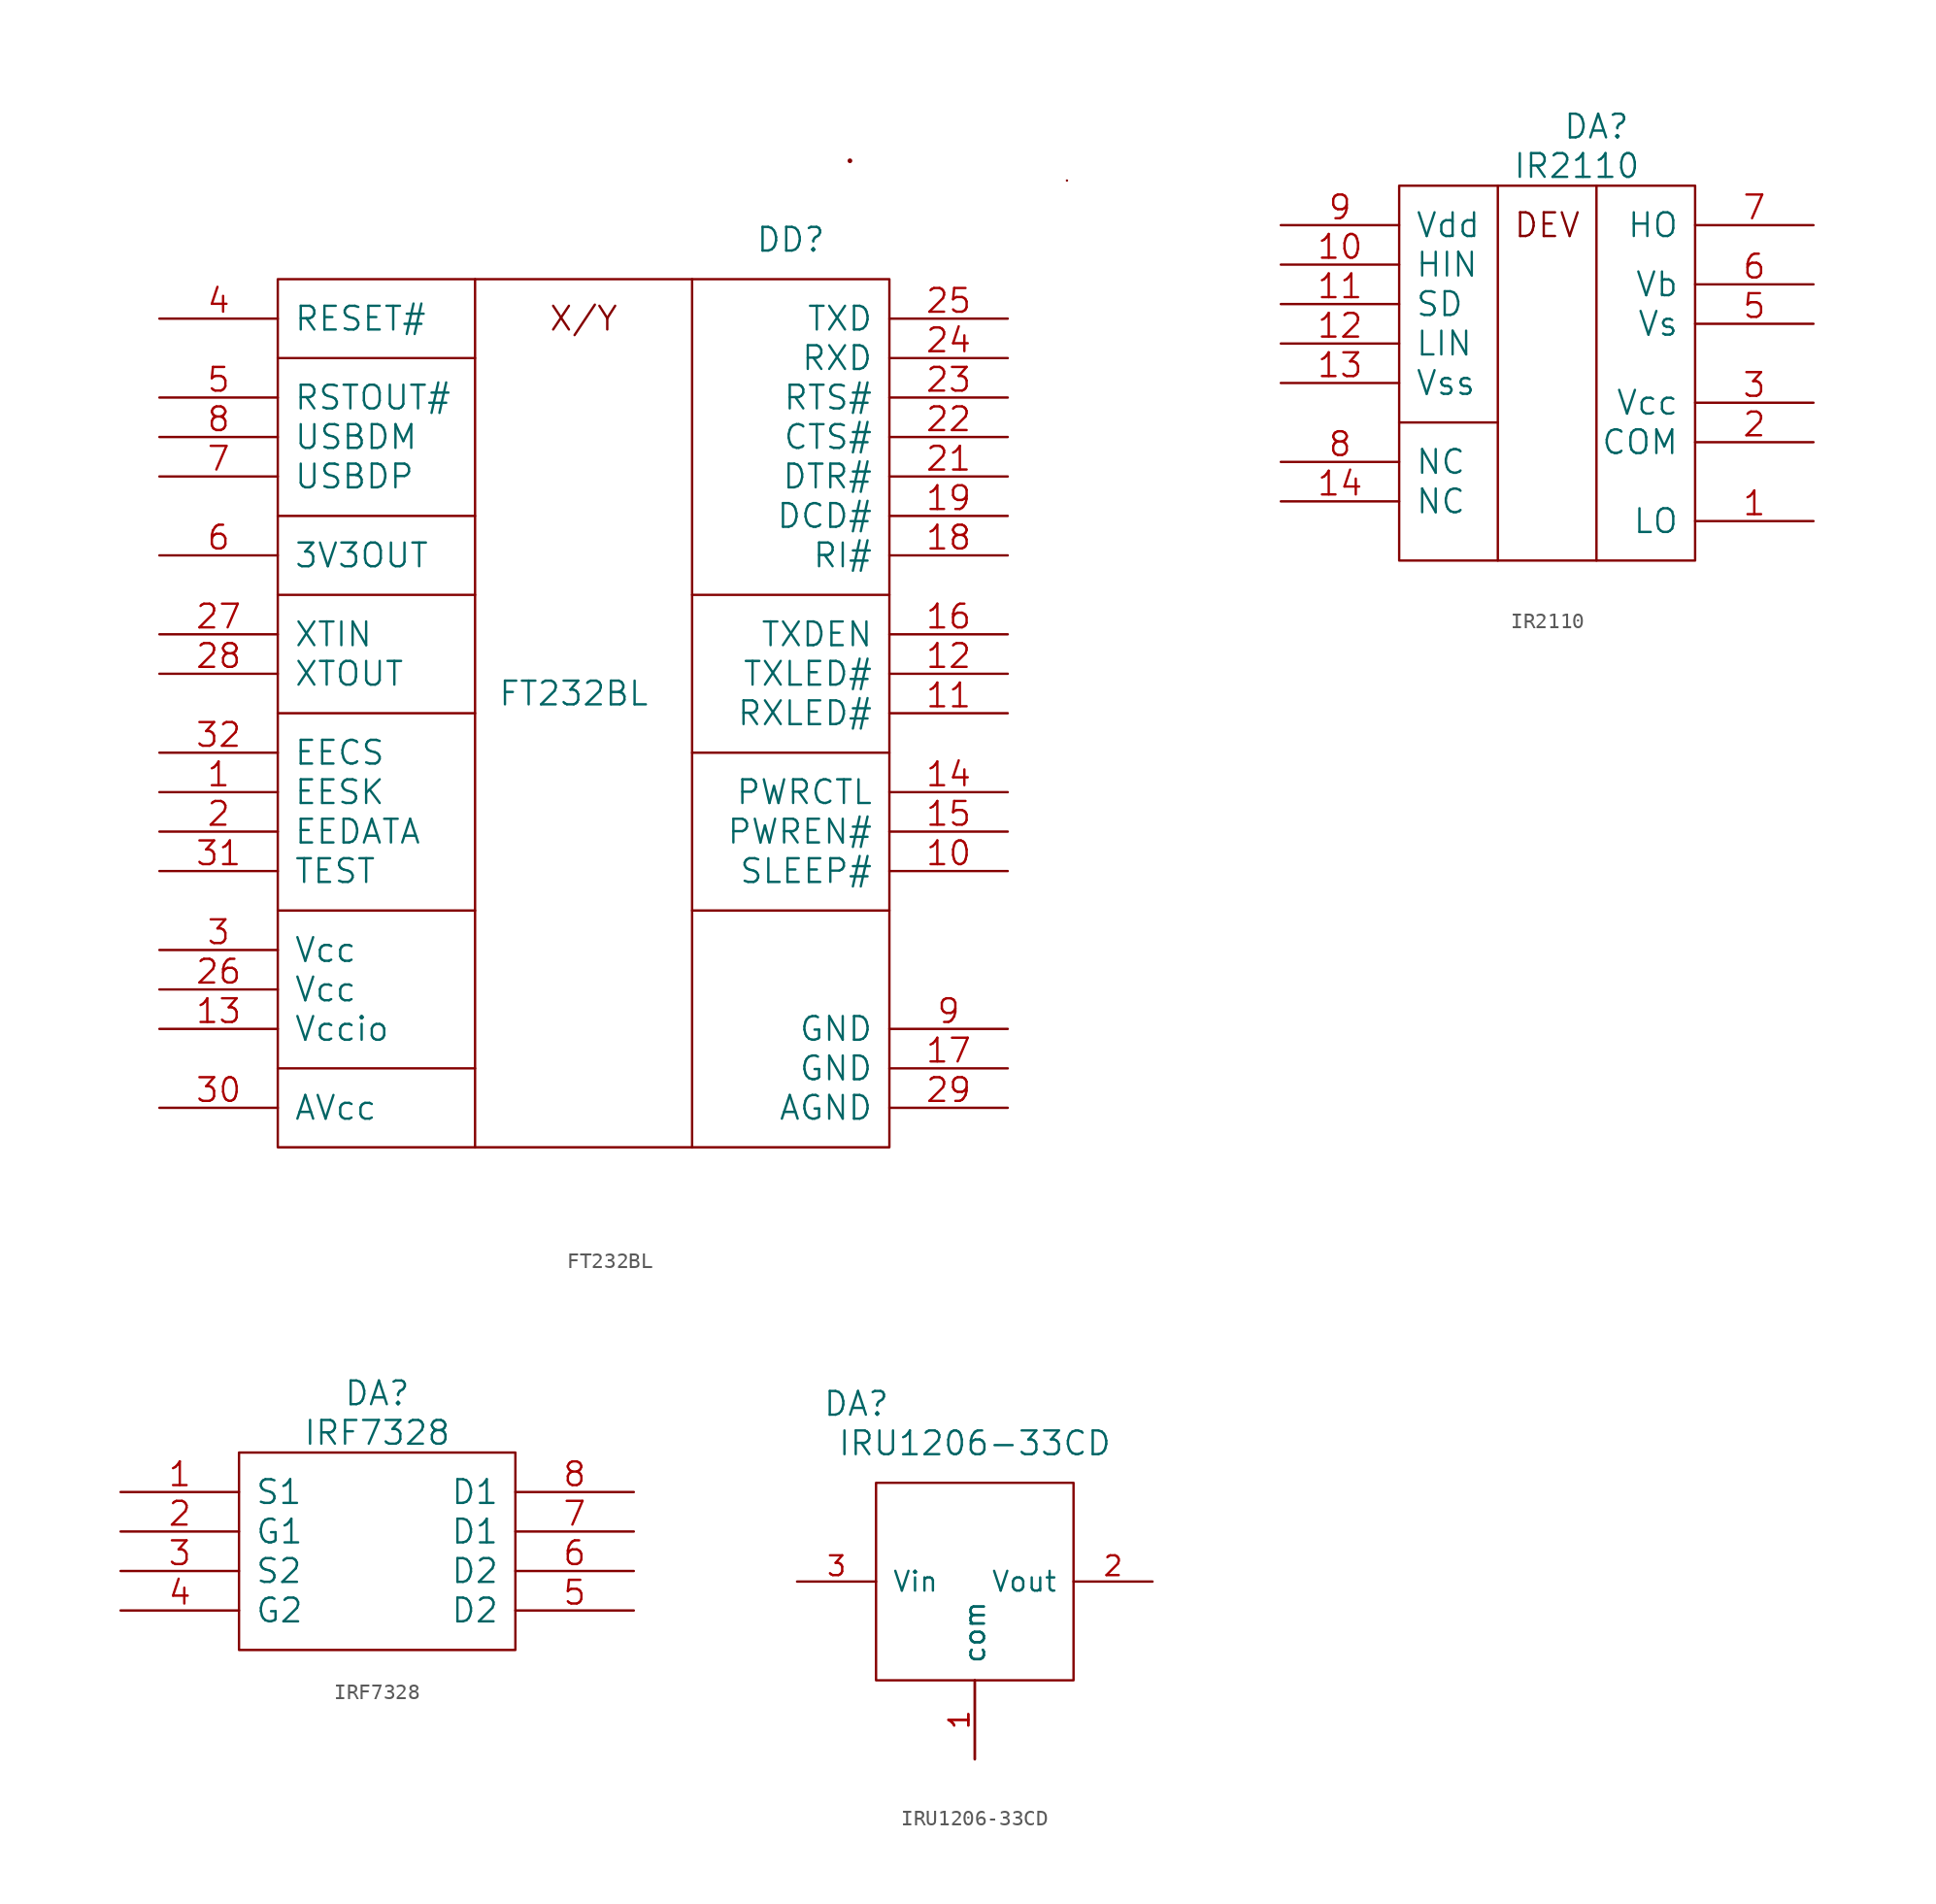
<source format=kicad_sym>
(kicad_symbol_lib
  (version 20211014)
  (generator kicad_symbol_editor)
  (symbol "FT232BL"
    (pin_names
      (offset 1.016))
    (property "Reference" "DD"
      (at 33.02 2.54 0)
      (effects (font (size 1.524 1.524))))
    (property "Value" "FT232BL"
      (at 19.05 -26.67 0)
      (effects (font (size 1.524 1.524))))
    (property "Footprint" ""
      (at 0 0 0)
      (effects (font (size 1.524 1.524))))
    (property "Datasheet" ""
      (at 0 0 0)
      (effects (font (size 1.524 1.524))))
    (symbol "FT232BL_0_0"
      (polyline (pts (xy 0 -50.8) (xy 12.7 -50.8)) (stroke (width 0) (type default) (color 0 0 0 0)) (fill (type none)))
      (polyline (pts (xy 0 -40.64) (xy 12.7 -40.64)) (stroke (width 0) (type default) (color 0 0 0 0)) (fill (type none)))
      (polyline (pts (xy 0 -27.94) (xy 12.7 -27.94)) (stroke (width 0) (type default) (color 0 0 0 0)) (fill (type none)))
      (polyline (pts (xy 0 -20.32) (xy 12.7 -20.32)) (stroke (width 0) (type default) (color 0 0 0 0)) (fill (type none)))
      (polyline (pts (xy 0 -15.24) (xy 12.7 -15.24)) (stroke (width 0) (type default) (color 0 0 0 0)) (fill (type none)))
      (polyline (pts (xy 0 -5.08) (xy 12.7 -5.08)) (stroke (width 0) (type default) (color 0 0 0 0)) (fill (type none)))
      (polyline (pts (xy 12.7 0) (xy 12.7 -55.88)) (stroke (width 0) (type default) (color 0 0 0 0)) (fill (type none)))
      (polyline (pts (xy 26.67 -40.64) (xy 39.37 -40.64)) (stroke (width 0) (type default) (color 0 0 0 0)) (fill (type none)))
      (polyline (pts (xy 26.67 -30.48) (xy 39.37 -30.48)) (stroke (width 0) (type default) (color 0 0 0 0)) (fill (type none)))
      (polyline (pts (xy 26.67 -20.32) (xy 39.37 -20.32)) (stroke (width 0) (type default) (color 0 0 0 0)) (fill (type none)))
      (polyline (pts (xy 26.67 0) (xy 26.67 -55.88)) (stroke (width 0) (type default) (color 0 0 0 0)) (fill (type none)))
      (rectangle (start 0 0) (end 39.37 -55.88) (stroke (width 0) (type default) (color 0 0 0 0)) (fill (type none)))
      (text "X/Y" (at 19.685 -2.54 0) (effects (font (size 1.524 1.524))))
      (pin input line (at -7.62 -33.02 0) (length 7.62) (name "EESK" (effects (font (size 1.524 1.524)))) (number "1" (effects (font (size 1.524 1.524)))))
      (pin input line (at 46.99 -38.1 180) (length 7.62) (name "SLEEP#" (effects (font (size 1.524 1.524)))) (number "10" (effects (font (size 1.524 1.524)))))
      (pin input line (at 46.99 -27.94 180) (length 7.62) (name "RXLED#" (effects (font (size 1.524 1.524)))) (number "11" (effects (font (size 1.524 1.524)))))
      (pin input line (at 46.99 -25.4 180) (length 7.62) (name "TXLED#" (effects (font (size 1.524 1.524)))) (number "12" (effects (font (size 1.524 1.524)))))
      (pin input line (at -7.62 -48.26 0) (length 7.62) (name "Vccio" (effects (font (size 1.524 1.524)))) (number "13" (effects (font (size 1.524 1.524)))))
      (pin input line (at 46.99 -33.02 180) (length 7.62) (name "PWRCTL" (effects (font (size 1.524 1.524)))) (number "14" (effects (font (size 1.524 1.524)))))
      (pin input line (at 46.99 -35.56 180) (length 7.62) (name "PWREN#" (effects (font (size 1.524 1.524)))) (number "15" (effects (font (size 1.524 1.524)))))
      (pin input line (at 46.99 -22.86 180) (length 7.62) (name "TXDEN" (effects (font (size 1.524 1.524)))) (number "16" (effects (font (size 1.524 1.524)))))
      (pin input line (at 46.99 -50.8 180) (length 7.62) (name "GND" (effects (font (size 1.524 1.524)))) (number "17" (effects (font (size 1.524 1.524)))))
      (pin input line (at 46.99 -17.78 180) (length 7.62) (name "RI#" (effects (font (size 1.524 1.524)))) (number "18" (effects (font (size 1.524 1.524)))))
      (pin input line (at 46.99 -15.24 180) (length 7.62) (name "DCD#" (effects (font (size 1.524 1.524)))) (number "19" (effects (font (size 1.524 1.524)))))
      (pin input line (at -7.62 -35.56 0) (length 7.62) (name "EEDATA" (effects (font (size 1.524 1.524)))) (number "2" (effects (font (size 1.524 1.524)))))
      (pin input line (at 46.99 -12.7 180) (length 7.62) (name "DTR#" (effects (font (size 1.524 1.524)))) (number "21" (effects (font (size 1.524 1.524)))))
      (pin input line (at 46.99 -10.16 180) (length 7.62) (name "CTS#" (effects (font (size 1.524 1.524)))) (number "22" (effects (font (size 1.524 1.524)))))
      (pin input line (at 46.99 -7.62 180) (length 7.62) (name "RTS#" (effects (font (size 1.524 1.524)))) (number "23" (effects (font (size 1.524 1.524)))))
      (pin input line (at 46.99 -5.08 180) (length 7.62) (name "RXD" (effects (font (size 1.524 1.524)))) (number "24" (effects (font (size 1.524 1.524)))))
      (pin input line (at 46.99 -2.54 180) (length 7.62) (name "TXD" (effects (font (size 1.524 1.524)))) (number "25" (effects (font (size 1.524 1.524)))))
      (pin input line (at -7.62 -45.72 0) (length 7.62) (name "Vcc" (effects (font (size 1.524 1.524)))) (number "26" (effects (font (size 1.524 1.524)))))
      (pin input line (at -7.62 -22.86 0) (length 7.62) (name "XTIN" (effects (font (size 1.524 1.524)))) (number "27" (effects (font (size 1.524 1.524)))))
      (pin input line (at -7.62 -25.4 0) (length 7.62) (name "XTOUT" (effects (font (size 1.524 1.524)))) (number "28" (effects (font (size 1.524 1.524)))))
      (pin input line (at 46.99 -53.34 180) (length 7.62) (name "AGND" (effects (font (size 1.524 1.524)))) (number "29" (effects (font (size 1.524 1.524)))))
      (pin input line (at -7.62 -43.18 0) (length 7.62) (name "Vcc" (effects (font (size 1.524 1.524)))) (number "3" (effects (font (size 1.524 1.524)))))
      (pin input line (at -7.62 -53.34 0) (length 7.62) (name "AVcc" (effects (font (size 1.524 1.524)))) (number "30" (effects (font (size 1.524 1.524)))))
      (pin input line (at -7.62 -38.1 0) (length 7.62) (name "TEST" (effects (font (size 1.524 1.524)))) (number "31" (effects (font (size 1.524 1.524)))))
      (pin input line (at -7.62 -30.48 0) (length 7.62) (name "EECS" (effects (font (size 1.524 1.524)))) (number "32" (effects (font (size 1.524 1.524)))))
      (pin input line (at -7.62 -2.54 0) (length 7.62) (name "RESET#" (effects (font (size 1.524 1.524)))) (number "4" (effects (font (size 1.524 1.524)))))
      (pin input line (at -7.62 -7.62 0) (length 7.62) (name "RSTOUT#" (effects (font (size 1.524 1.524)))) (number "5" (effects (font (size 1.524 1.524)))))
      (pin input line (at -7.62 -17.78 0) (length 7.62) (name "3V3OUT" (effects (font (size 1.524 1.524)))) (number "6" (effects (font (size 1.524 1.524)))))
      (pin input line (at -7.62 -12.7 0) (length 7.62) (name "USBDP" (effects (font (size 1.524 1.524)))) (number "7" (effects (font (size 1.524 1.524)))))
      (pin input line (at -7.62 -10.16 0) (length 7.62) (name "USBDM" (effects (font (size 1.524 1.524)))) (number "8" (effects (font (size 1.524 1.524)))))
      (pin input line (at 46.99 -48.26 180) (length 7.62) (name "GND" (effects (font (size 1.524 1.524)))) (number "9" (effects (font (size 1.524 1.524))))))
    (symbol "FT232BL_0_1"
      (circle (center 36.83 7.62) (radius 0.0001) (stroke (width 0) (type default) (color 0 0 0 0)) (fill (type none)))
      (rectangle (start 50.8 6.35) (end 50.8 6.35) (stroke (width 0) (type default) (color 0 0 0 0)) (fill (type none)))))
  (symbol "IR2110"
    (pin_names
      (offset 1.016))
    (property "Reference" "DA"
      (at 20.32 3.81 0)
      (effects (font (size 1.524 1.524))))
    (property "Value" "IR2110"
      (at 19.05 1.27 0)
      (effects (font (size 1.524 1.524))))
    (property "Footprint" ""
      (at 0 0 0)
      (effects (font (size 1.524 1.524))))
    (property "Datasheet" ""
      (at 0 0 0)
      (effects (font (size 1.524 1.524))))
    (symbol "IR2110_0_0"
      (text "DEV" (at 17.145 -2.54 0) (effects (font (size 1.524 1.524))))
      (pin input line (at 34.29 -21.59 180) (length 7.62) (name "LO" (effects (font (size 1.524 1.524)))) (number "1" (effects (font (size 1.524 1.524)))))
      (pin input line (at 0 -5.08 0) (length 7.62) (name "HIN" (effects (font (size 1.524 1.524)))) (number "10" (effects (font (size 1.524 1.524)))))
      (pin input line (at 0 -7.62 0) (length 7.62) (name "SD" (effects (font (size 1.524 1.524)))) (number "11" (effects (font (size 1.524 1.524)))))
      (pin input line (at 0 -10.16 0) (length 7.62) (name "LIN" (effects (font (size 1.524 1.524)))) (number "12" (effects (font (size 1.524 1.524)))))
      (pin input line (at 0 -12.7 0) (length 7.62) (name "Vss" (effects (font (size 1.524 1.524)))) (number "13" (effects (font (size 1.524 1.524)))))
      (pin input line (at 0 -20.32 0) (length 7.62) (name "NC" (effects (font (size 1.524 1.524)))) (number "14" (effects (font (size 1.524 1.524)))))
      (pin input line (at 34.29 -16.51 180) (length 7.62) (name "COM" (effects (font (size 1.524 1.524)))) (number "2" (effects (font (size 1.524 1.524)))))
      (pin input line (at 34.29 -13.97 180) (length 7.62) (name "Vcc" (effects (font (size 1.524 1.524)))) (number "3" (effects (font (size 1.524 1.524)))))
      (pin input line (at 34.29 -8.89 180) (length 7.62) (name "Vs" (effects (font (size 1.524 1.524)))) (number "5" (effects (font (size 1.524 1.524)))))
      (pin input line (at 34.29 -6.35 180) (length 7.62) (name "Vb" (effects (font (size 1.524 1.524)))) (number "6" (effects (font (size 1.524 1.524)))))
      (pin input line (at 34.29 -2.54 180) (length 7.62) (name "HO" (effects (font (size 1.524 1.524)))) (number "7" (effects (font (size 1.524 1.524)))))
      (pin input line (at 0 -17.78 0) (length 7.62) (name "NC" (effects (font (size 1.524 1.524)))) (number "8" (effects (font (size 1.524 1.524)))))
      (pin input line (at 0 -2.54 0) (length 7.62) (name "Vdd" (effects (font (size 1.524 1.524)))) (number "9" (effects (font (size 1.524 1.524))))))
    (symbol "IR2110_0_1"
      (polyline (pts (xy 7.62 -15.24) (xy 13.97 -15.24)) (stroke (width 0) (type default) (color 0 0 0 0)) (fill (type none)))
      (polyline (pts (xy 13.97 -24.13) (xy 13.97 0)) (stroke (width 0) (type default) (color 0 0 0 0)) (fill (type none)))
      (polyline (pts (xy 20.32 0) (xy 20.32 -24.13)) (stroke (width 0) (type default) (color 0 0 0 0)) (fill (type none)))
      (rectangle (start 7.62 0) (end 26.67 -24.13) (stroke (width 0) (type default) (color 0 0 0 0)) (fill (type none)))))
  (symbol "IRF7328"
    (pin_names
      (offset 1.016))
    (property "Reference" "DA"
      (at 8.89 3.81 0)
      (effects (font (size 1.524 1.524))))
    (property "Value" "IRF7328"
      (at 8.89 1.27 0)
      (effects (font (size 1.524 1.524))))
    (property "Footprint" ""
      (at 0 0 0)
      (effects (font (size 1.524 1.524))))
    (property "Datasheet" ""
      (at 0 0 0)
      (effects (font (size 1.524 1.524))))
    (symbol "IRF7328_0_0"
      (pin input line (at -7.62 -2.54 0) (length 7.62) (name "S1" (effects (font (size 1.524 1.524)))) (number "1" (effects (font (size 1.524 1.524)))))
      (pin input line (at -7.62 -5.08 0) (length 7.62) (name "G1" (effects (font (size 1.524 1.524)))) (number "2" (effects (font (size 1.524 1.524)))))
      (pin input line (at -7.62 -7.62 0) (length 7.62) (name "S2" (effects (font (size 1.524 1.524)))) (number "3" (effects (font (size 1.524 1.524)))))
      (pin input line (at -7.62 -10.16 0) (length 7.62) (name "G2" (effects (font (size 1.524 1.524)))) (number "4" (effects (font (size 1.524 1.524)))))
      (pin input line (at 25.4 -10.16 180) (length 7.62) (name "D2" (effects (font (size 1.524 1.524)))) (number "5" (effects (font (size 1.524 1.524)))))
      (pin power_out line (at 25.4 -7.62 180) (length 7.62) (name "D2" (effects (font (size 1.524 1.524)))) (number "6" (effects (font (size 1.524 1.524)))))
      (pin input line (at 25.4 -5.08 180) (length 7.62) (name "D1" (effects (font (size 1.524 1.524)))) (number "7" (effects (font (size 1.524 1.524)))))
      (pin input line (at 25.4 -2.54 180) (length 7.62) (name "D1" (effects (font (size 1.524 1.524)))) (number "8" (effects (font (size 1.524 1.524))))))
    (symbol "IRF7328_0_1"
      (rectangle (start 0 0) (end 17.78 -12.7) (stroke (width 0) (type default) (color 0 0 0 0)) (fill (type none)))))
  (symbol "IRU1206-33CD"
    (pin_names
      (offset 1.016))
    (property "Reference" "DA"
      (at -1.27 5.08 0)
      (effects (font (size 1.524 1.524))))
    (property "Value" "IRU1206-33CD"
      (at 6.35 2.54 0)
      (effects (font (size 1.524 1.524))))
    (property "Footprint" ""
      (at 0 0 0)
      (effects (font (size 1.524 1.524))))
    (property "Datasheet" ""
      (at 0 0 0)
      (effects (font (size 1.524 1.524))))
    (symbol "IRU1206-33CD_0_1"
      (polyline (pts (xy 0 0) (xy 12.7 0) (xy 12.7 -12.7) (xy 0 -12.7) (xy 0 0) (xy 0 0)) (stroke (width 0) (type default) (color 0 0 0 0)) (fill (type none))))
    (symbol "IRU1206-33CD_1_1"
      (pin passive line (at 6.35 -17.78 90) (length 5.08) (name "com" (effects (font (size 1.27 1.27)))) (number "1" (effects (font (size 1.27 1.27)))))
      (pin passive line (at 6.35 -17.78 90) (length 5.08) (name "com" (effects (font (size 1.27 1.27)))) (number "1" (effects (font (size 1.27 1.27)))))
      (pin passive line (at 17.78 -6.35 180) (length 5.08) (name "Vout" (effects (font (size 1.27 1.27)))) (number "2" (effects (font (size 1.27 1.27)))))
      (pin passive line (at -5.08 -6.35 0) (length 5.08) (name "Vin" (effects (font (size 1.27 1.27)))) (number "3" (effects (font (size 1.27 1.27))))))))
</source>
